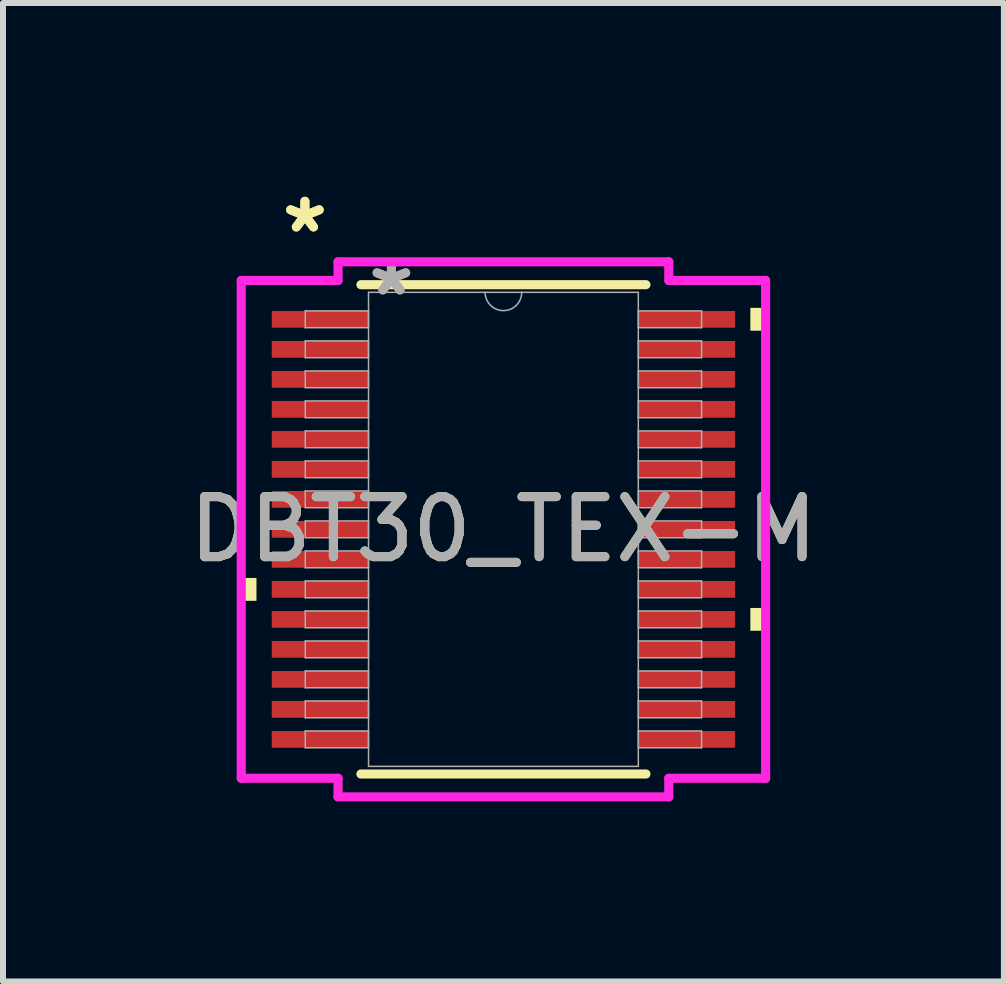
<source format=kicad_pcb>
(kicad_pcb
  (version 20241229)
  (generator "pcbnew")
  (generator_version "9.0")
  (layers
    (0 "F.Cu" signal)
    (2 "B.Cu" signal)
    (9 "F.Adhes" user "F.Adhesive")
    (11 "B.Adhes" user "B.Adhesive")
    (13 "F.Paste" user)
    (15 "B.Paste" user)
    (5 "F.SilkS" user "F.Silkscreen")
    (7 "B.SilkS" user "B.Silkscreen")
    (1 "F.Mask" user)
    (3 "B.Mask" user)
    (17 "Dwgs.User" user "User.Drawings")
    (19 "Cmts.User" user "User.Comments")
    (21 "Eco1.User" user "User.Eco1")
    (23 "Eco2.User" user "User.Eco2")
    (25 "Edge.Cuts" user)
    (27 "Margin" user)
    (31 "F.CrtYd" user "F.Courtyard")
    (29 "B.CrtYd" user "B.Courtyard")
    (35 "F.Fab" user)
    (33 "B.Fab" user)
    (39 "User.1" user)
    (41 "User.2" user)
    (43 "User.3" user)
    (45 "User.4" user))
  (footprint "DBT30_TEX-M"
    (layer "F.Cu")
    (at 5.339 5.771)
    (property "Reference" "DBT30_TEX-M" (at 0 0 0) (unlocked yes) (layer "F.SilkS") (effects (font (size 1 1) (thickness 0.15))))
    (attr smd)
    (fp_line (start -2.375 4.077) (end 2.375 4.077) (stroke (width 0.152) (type solid)) (layer "F.SilkS"))
    (fp_line (start 2.375 -4.077) (end -2.375 -4.077) (stroke (width 0.152) (type solid)) (layer "F.SilkS"))
    (fp_poly (pts (xy -4.369 0.81) (xy -4.369 1.191) (xy -4.115 1.191) (xy -4.115 0.81)) (stroke (width 0) (type solid)) (fill yes) (layer "F.SilkS"))
    (fp_poly (pts (xy 4.369 -3.691) (xy 4.369 -3.31) (xy 4.115 -3.31) (xy 4.115 -3.691)) (stroke (width 0) (type solid)) (fill yes) (layer "F.SilkS"))
    (fp_poly (pts (xy 4.369 1.31) (xy 4.369 1.69) (xy 4.115 1.69) (xy 4.115 1.31)) (stroke (width 0) (type solid)) (fill yes) (layer "F.SilkS"))
    (fp_line (start -4.369 -4.148) (end -2.756 -4.148) (stroke (width 0.152) (type solid)) (layer "F.CrtYd"))
    (fp_line (start -4.369 4.148) (end -4.369 -4.148) (stroke (width 0.152) (type solid)) (layer "F.CrtYd"))
    (fp_line (start -4.369 4.148) (end -2.756 4.148) (stroke (width 0.152) (type solid)) (layer "F.CrtYd"))
    (fp_line (start -2.756 -4.458) (end 2.756 -4.458) (stroke (width 0.152) (type solid)) (layer "F.CrtYd"))
    (fp_line (start -2.756 -4.148) (end -2.756 -4.458) (stroke (width 0.152) (type solid)) (layer "F.CrtYd"))
    (fp_line (start -2.756 4.458) (end -2.756 4.148) (stroke (width 0.152) (type solid)) (layer "F.CrtYd"))
    (fp_line (start 2.756 -4.458) (end 2.756 -4.148) (stroke (width 0.152) (type solid)) (layer "F.CrtYd"))
    (fp_line (start 2.756 4.148) (end 2.756 4.458) (stroke (width 0.152) (type solid)) (layer "F.CrtYd"))
    (fp_line (start 2.756 4.458) (end -2.756 4.458) (stroke (width 0.152) (type solid)) (layer "F.CrtYd"))
    (fp_line (start 4.369 -4.148) (end 2.756 -4.148) (stroke (width 0.152) (type solid)) (layer "F.CrtYd"))
    (fp_line (start 4.369 -4.148) (end 4.369 4.148) (stroke (width 0.152) (type solid)) (layer "F.CrtYd"))
    (fp_line (start 4.369 4.148) (end 2.756 4.148) (stroke (width 0.152) (type solid)) (layer "F.CrtYd"))
    (fp_line (start -3.302 -3.64) (end -3.302 -3.36) (stroke (width 0.025) (type solid)) (layer "F.Fab"))
    (fp_line (start -3.302 -3.36) (end -2.248 -3.36) (stroke (width 0.025) (type solid)) (layer "F.Fab"))
    (fp_line (start -3.302 -3.14) (end -3.302 -2.86) (stroke (width 0.025) (type solid)) (layer "F.Fab"))
    (fp_line (start -3.302 -2.86) (end -2.248 -2.86) (stroke (width 0.025) (type solid)) (layer "F.Fab"))
    (fp_line (start -3.302 -2.64) (end -3.302 -2.36) (stroke (width 0.025) (type solid)) (layer "F.Fab"))
    (fp_line (start -3.302 -2.36) (end -2.248 -2.36) (stroke (width 0.025) (type solid)) (layer "F.Fab"))
    (fp_line (start -3.302 -2.14) (end -3.302 -1.86) (stroke (width 0.025) (type solid)) (layer "F.Fab"))
    (fp_line (start -3.302 -1.86) (end -2.248 -1.86) (stroke (width 0.025) (type solid)) (layer "F.Fab"))
    (fp_line (start -3.302 -1.64) (end -3.302 -1.36) (stroke (width 0.025) (type solid)) (layer "F.Fab"))
    (fp_line (start -3.302 -1.36) (end -2.248 -1.36) (stroke (width 0.025) (type solid)) (layer "F.Fab"))
    (fp_line (start -3.302 -1.14) (end -3.302 -0.86) (stroke (width 0.025) (type solid)) (layer "F.Fab"))
    (fp_line (start -3.302 -0.86) (end -2.248 -0.86) (stroke (width 0.025) (type solid)) (layer "F.Fab"))
    (fp_line (start -3.302 -0.64) (end -3.302 -0.36) (stroke (width 0.025) (type solid)) (layer "F.Fab"))
    (fp_line (start -3.302 -0.36) (end -2.248 -0.36) (stroke (width 0.025) (type solid)) (layer "F.Fab"))
    (fp_line (start -3.302 -0.14) (end -3.302 0.14) (stroke (width 0.025) (type solid)) (layer "F.Fab"))
    (fp_line (start -3.302 0.14) (end -2.248 0.14) (stroke (width 0.025) (type solid)) (layer "F.Fab"))
    (fp_line (start -3.302 0.36) (end -3.302 0.64) (stroke (width 0.025) (type solid)) (layer "F.Fab"))
    (fp_line (start -3.302 0.64) (end -2.248 0.64) (stroke (width 0.025) (type solid)) (layer "F.Fab"))
    (fp_line (start -3.302 0.86) (end -3.302 1.14) (stroke (width 0.025) (type solid)) (layer "F.Fab"))
    (fp_line (start -3.302 1.14) (end -2.248 1.14) (stroke (width 0.025) (type solid)) (layer "F.Fab"))
    (fp_line (start -3.302 1.36) (end -3.302 1.64) (stroke (width 0.025) (type solid)) (layer "F.Fab"))
    (fp_line (start -3.302 1.64) (end -2.248 1.64) (stroke (width 0.025) (type solid)) (layer "F.Fab"))
    (fp_line (start -3.302 1.86) (end -3.302 2.14) (stroke (width 0.025) (type solid)) (layer "F.Fab"))
    (fp_line (start -3.302 2.14) (end -2.248 2.14) (stroke (width 0.025) (type solid)) (layer "F.Fab"))
    (fp_line (start -3.302 2.36) (end -3.302 2.64) (stroke (width 0.025) (type solid)) (layer "F.Fab"))
    (fp_line (start -3.302 2.64) (end -2.248 2.64) (stroke (width 0.025) (type solid)) (layer "F.Fab"))
    (fp_line (start -3.302 2.86) (end -3.302 3.14) (stroke (width 0.025) (type solid)) (layer "F.Fab"))
    (fp_line (start -3.302 3.14) (end -2.248 3.14) (stroke (width 0.025) (type solid)) (layer "F.Fab"))
    (fp_line (start -3.302 3.36) (end -3.302 3.64) (stroke (width 0.025) (type solid)) (layer "F.Fab"))
    (fp_line (start -3.302 3.64) (end -2.248 3.64) (stroke (width 0.025) (type solid)) (layer "F.Fab"))
    (fp_line (start -2.248 -3.95) (end -2.248 3.95) (stroke (width 0.025) (type solid)) (layer "F.Fab"))
    (fp_line (start -2.248 -3.64) (end -3.302 -3.64) (stroke (width 0.025) (type solid)) (layer "F.Fab"))
    (fp_line (start -2.248 -3.36) (end -2.248 -3.64) (stroke (width 0.025) (type solid)) (layer "F.Fab"))
    (fp_line (start -2.248 -3.14) (end -3.302 -3.14) (stroke (width 0.025) (type solid)) (layer "F.Fab"))
    (fp_line (start -2.248 -2.86) (end -2.248 -3.14) (stroke (width 0.025) (type solid)) (layer "F.Fab"))
    (fp_line (start -2.248 -2.64) (end -3.302 -2.64) (stroke (width 0.025) (type solid)) (layer "F.Fab"))
    (fp_line (start -2.248 -2.36) (end -2.248 -2.64) (stroke (width 0.025) (type solid)) (layer "F.Fab"))
    (fp_line (start -2.248 -2.14) (end -3.302 -2.14) (stroke (width 0.025) (type solid)) (layer "F.Fab"))
    (fp_line (start -2.248 -1.86) (end -2.248 -2.14) (stroke (width 0.025) (type solid)) (layer "F.Fab"))
    (fp_line (start -2.248 -1.64) (end -3.302 -1.64) (stroke (width 0.025) (type solid)) (layer "F.Fab"))
    (fp_line (start -2.248 -1.36) (end -2.248 -1.64) (stroke (width 0.025) (type solid)) (layer "F.Fab"))
    (fp_line (start -2.248 -1.14) (end -3.302 -1.14) (stroke (width 0.025) (type solid)) (layer "F.Fab"))
    (fp_line (start -2.248 -0.86) (end -2.248 -1.14) (stroke (width 0.025) (type solid)) (layer "F.Fab"))
    (fp_line (start -2.248 -0.64) (end -3.302 -0.64) (stroke (width 0.025) (type solid)) (layer "F.Fab"))
    (fp_line (start -2.248 -0.36) (end -2.248 -0.64) (stroke (width 0.025) (type solid)) (layer "F.Fab"))
    (fp_line (start -2.248 -0.14) (end -3.302 -0.14) (stroke (width 0.025) (type solid)) (layer "F.Fab"))
    (fp_line (start -2.248 0.14) (end -2.248 -0.14) (stroke (width 0.025) (type solid)) (layer "F.Fab"))
    (fp_line (start -2.248 0.36) (end -3.302 0.36) (stroke (width 0.025) (type solid)) (layer "F.Fab"))
    (fp_line (start -2.248 0.64) (end -2.248 0.36) (stroke (width 0.025) (type solid)) (layer "F.Fab"))
    (fp_line (start -2.248 0.86) (end -3.302 0.86) (stroke (width 0.025) (type solid)) (layer "F.Fab"))
    (fp_line (start -2.248 1.14) (end -2.248 0.86) (stroke (width 0.025) (type solid)) (layer "F.Fab"))
    (fp_line (start -2.248 1.36) (end -3.302 1.36) (stroke (width 0.025) (type solid)) (layer "F.Fab"))
    (fp_line (start -2.248 1.64) (end -2.248 1.36) (stroke (width 0.025) (type solid)) (layer "F.Fab"))
    (fp_line (start -2.248 1.86) (end -3.302 1.86) (stroke (width 0.025) (type solid)) (layer "F.Fab"))
    (fp_line (start -2.248 2.14) (end -2.248 1.86) (stroke (width 0.025) (type solid)) (layer "F.Fab"))
    (fp_line (start -2.248 2.36) (end -3.302 2.36) (stroke (width 0.025) (type solid)) (layer "F.Fab"))
    (fp_line (start -2.248 2.64) (end -2.248 2.36) (stroke (width 0.025) (type solid)) (layer "F.Fab"))
    (fp_line (start -2.248 2.86) (end -3.302 2.86) (stroke (width 0.025) (type solid)) (layer "F.Fab"))
    (fp_line (start -2.248 3.14) (end -2.248 2.86) (stroke (width 0.025) (type solid)) (layer "F.Fab"))
    (fp_line (start -2.248 3.36) (end -3.302 3.36) (stroke (width 0.025) (type solid)) (layer "F.Fab"))
    (fp_line (start -2.248 3.64) (end -2.248 3.36) (stroke (width 0.025) (type solid)) (layer "F.Fab"))
    (fp_line (start -2.248 3.95) (end 2.248 3.95) (stroke (width 0.025) (type solid)) (layer "F.Fab"))
    (fp_line (start 2.248 -3.95) (end -2.248 -3.95) (stroke (width 0.025) (type solid)) (layer "F.Fab"))
    (fp_line (start 2.248 -3.64) (end 2.248 -3.36) (stroke (width 0.025) (type solid)) (layer "F.Fab"))
    (fp_line (start 2.248 -3.36) (end 3.302 -3.36) (stroke (width 0.025) (type solid)) (layer "F.Fab"))
    (fp_line (start 2.248 -3.14) (end 2.248 -2.86) (stroke (width 0.025) (type solid)) (layer "F.Fab"))
    (fp_line (start 2.248 -2.86) (end 3.302 -2.86) (stroke (width 0.025) (type solid)) (layer "F.Fab"))
    (fp_line (start 2.248 -2.64) (end 2.248 -2.36) (stroke (width 0.025) (type solid)) (layer "F.Fab"))
    (fp_line (start 2.248 -2.36) (end 3.302 -2.36) (stroke (width 0.025) (type solid)) (layer "F.Fab"))
    (fp_line (start 2.248 -2.14) (end 2.248 -1.86) (stroke (width 0.025) (type solid)) (layer "F.Fab"))
    (fp_line (start 2.248 -1.86) (end 3.302 -1.86) (stroke (width 0.025) (type solid)) (layer "F.Fab"))
    (fp_line (start 2.248 -1.64) (end 2.248 -1.36) (stroke (width 0.025) (type solid)) (layer "F.Fab"))
    (fp_line (start 2.248 -1.36) (end 3.302 -1.36) (stroke (width 0.025) (type solid)) (layer "F.Fab"))
    (fp_line (start 2.248 -1.14) (end 2.248 -0.86) (stroke (width 0.025) (type solid)) (layer "F.Fab"))
    (fp_line (start 2.248 -0.86) (end 3.302 -0.86) (stroke (width 0.025) (type solid)) (layer "F.Fab"))
    (fp_line (start 2.248 -0.64) (end 2.248 -0.36) (stroke (width 0.025) (type solid)) (layer "F.Fab"))
    (fp_line (start 2.248 -0.36) (end 3.302 -0.36) (stroke (width 0.025) (type solid)) (layer "F.Fab"))
    (fp_line (start 2.248 -0.14) (end 2.248 0.14) (stroke (width 0.025) (type solid)) (layer "F.Fab"))
    (fp_line (start 2.248 0.14) (end 3.302 0.14) (stroke (width 0.025) (type solid)) (layer "F.Fab"))
    (fp_line (start 2.248 0.36) (end 2.248 0.64) (stroke (width 0.025) (type solid)) (layer "F.Fab"))
    (fp_line (start 2.248 0.64) (end 3.302 0.64) (stroke (width 0.025) (type solid)) (layer "F.Fab"))
    (fp_line (start 2.248 0.86) (end 2.248 1.14) (stroke (width 0.025) (type solid)) (layer "F.Fab"))
    (fp_line (start 2.248 1.14) (end 3.302 1.14) (stroke (width 0.025) (type solid)) (layer "F.Fab"))
    (fp_line (start 2.248 1.36) (end 2.248 1.64) (stroke (width 0.025) (type solid)) (layer "F.Fab"))
    (fp_line (start 2.248 1.64) (end 3.302 1.64) (stroke (width 0.025) (type solid)) (layer "F.Fab"))
    (fp_line (start 2.248 1.86) (end 2.248 2.14) (stroke (width 0.025) (type solid)) (layer "F.Fab"))
    (fp_line (start 2.248 2.14) (end 3.302 2.14) (stroke (width 0.025) (type solid)) (layer "F.Fab"))
    (fp_line (start 2.248 2.36) (end 2.248 2.64) (stroke (width 0.025) (type solid)) (layer "F.Fab"))
    (fp_line (start 2.248 2.64) (end 3.302 2.64) (stroke (width 0.025) (type solid)) (layer "F.Fab"))
    (fp_line (start 2.248 2.86) (end 2.248 3.14) (stroke (width 0.025) (type solid)) (layer "F.Fab"))
    (fp_line (start 2.248 3.14) (end 3.302 3.14) (stroke (width 0.025) (type solid)) (layer "F.Fab"))
    (fp_line (start 2.248 3.36) (end 2.248 3.64) (stroke (width 0.025) (type solid)) (layer "F.Fab"))
    (fp_line (start 2.248 3.64) (end 3.302 3.64) (stroke (width 0.025) (type solid)) (layer "F.Fab"))
    (fp_line (start 2.248 3.95) (end 2.248 -3.95) (stroke (width 0.025) (type solid)) (layer "F.Fab"))
    (fp_line (start 3.302 -3.64) (end 2.248 -3.64) (stroke (width 0.025) (type solid)) (layer "F.Fab"))
    (fp_line (start 3.302 -3.36) (end 3.302 -3.64) (stroke (width 0.025) (type solid)) (layer "F.Fab"))
    (fp_line (start 3.302 -3.14) (end 2.248 -3.14) (stroke (width 0.025) (type solid)) (layer "F.Fab"))
    (fp_line (start 3.302 -2.86) (end 3.302 -3.14) (stroke (width 0.025) (type solid)) (layer "F.Fab"))
    (fp_line (start 3.302 -2.64) (end 2.248 -2.64) (stroke (width 0.025) (type solid)) (layer "F.Fab"))
    (fp_line (start 3.302 -2.36) (end 3.302 -2.64) (stroke (width 0.025) (type solid)) (layer "F.Fab"))
    (fp_line (start 3.302 -2.14) (end 2.248 -2.14) (stroke (width 0.025) (type solid)) (layer "F.Fab"))
    (fp_line (start 3.302 -1.86) (end 3.302 -2.14) (stroke (width 0.025) (type solid)) (layer "F.Fab"))
    (fp_line (start 3.302 -1.64) (end 2.248 -1.64) (stroke (width 0.025) (type solid)) (layer "F.Fab"))
    (fp_line (start 3.302 -1.36) (end 3.302 -1.64) (stroke (width 0.025) (type solid)) (layer "F.Fab"))
    (fp_line (start 3.302 -1.14) (end 2.248 -1.14) (stroke (width 0.025) (type solid)) (layer "F.Fab"))
    (fp_line (start 3.302 -0.86) (end 3.302 -1.14) (stroke (width 0.025) (type solid)) (layer "F.Fab"))
    (fp_line (start 3.302 -0.64) (end 2.248 -0.64) (stroke (width 0.025) (type solid)) (layer "F.Fab"))
    (fp_line (start 3.302 -0.36) (end 3.302 -0.64) (stroke (width 0.025) (type solid)) (layer "F.Fab"))
    (fp_line (start 3.302 -0.14) (end 2.248 -0.14) (stroke (width 0.025) (type solid)) (layer "F.Fab"))
    (fp_line (start 3.302 0.14) (end 3.302 -0.14) (stroke (width 0.025) (type solid)) (layer "F.Fab"))
    (fp_line (start 3.302 0.36) (end 2.248 0.36) (stroke (width 0.025) (type solid)) (layer "F.Fab"))
    (fp_line (start 3.302 0.64) (end 3.302 0.36) (stroke (width 0.025) (type solid)) (layer "F.Fab"))
    (fp_line (start 3.302 0.86) (end 2.248 0.86) (stroke (width 0.025) (type solid)) (layer "F.Fab"))
    (fp_line (start 3.302 1.14) (end 3.302 0.86) (stroke (width 0.025) (type solid)) (layer "F.Fab"))
    (fp_line (start 3.302 1.36) (end 2.248 1.36) (stroke (width 0.025) (type solid)) (layer "F.Fab"))
    (fp_line (start 3.302 1.64) (end 3.302 1.36) (stroke (width 0.025) (type solid)) (layer "F.Fab"))
    (fp_line (start 3.302 1.86) (end 2.248 1.86) (stroke (width 0.025) (type solid)) (layer "F.Fab"))
    (fp_line (start 3.302 2.14) (end 3.302 1.86) (stroke (width 0.025) (type solid)) (layer "F.Fab"))
    (fp_line (start 3.302 2.36) (end 2.248 2.36) (stroke (width 0.025) (type solid)) (layer "F.Fab"))
    (fp_line (start 3.302 2.64) (end 3.302 2.36) (stroke (width 0.025) (type solid)) (layer "F.Fab"))
    (fp_line (start 3.302 2.86) (end 2.248 2.86) (stroke (width 0.025) (type solid)) (layer "F.Fab"))
    (fp_line (start 3.302 3.14) (end 3.302 2.86) (stroke (width 0.025) (type solid)) (layer "F.Fab"))
    (fp_line (start 3.302 3.36) (end 2.248 3.36) (stroke (width 0.025) (type solid)) (layer "F.Fab"))
    (fp_line (start 3.302 3.64) (end 3.302 3.36) (stroke (width 0.025) (type solid)) (layer "F.Fab"))
    (fp_arc (start 0.3048 -3.9497) (mid 0 -3.6449) (end -0.3048 -3.9497) (stroke (width 0.0254) (type solid)) (layer "F.Fab"))
    (fp_text user "*" (at -3.308 -4.922 0) (unlocked yes) (layer "F.SilkS") (effects (font (size 1 1) (thickness 0.15))))
    (fp_text user "*" (at -3.308 -4.922 0) (layer "F.SilkS") (effects (font (size 1 1) (thickness 0.15))))
    (fp_text user "*" (at -1.867 -3.873 0) (unlocked yes) (layer "F.Fab") (effects (font (size 1 1) (thickness 0.15))))
    (fp_text user "${REFERENCE}" (at 0 0 0) (unlocked yes) (layer "F.Fab") (effects (font (size 1 1) (thickness 0.15))))
    (fp_text user "*" (at -1.867 -3.873 0) (layer "F.Fab") (effects (font (size 1 1) (thickness 0.15))))
    (pad "1" smd rect (at -3.054 -3.5) (size 1.613 0.279) (layers "F.Cu" "F.Mask" "F.Paste"))
    (pad "2" smd rect (at -3.054 -3) (size 1.613 0.279) (layers "F.Cu" "F.Mask" "F.Paste"))
    (pad "3" smd rect (at -3.054 -2.5) (size 1.613 0.279) (layers "F.Cu" "F.Mask" "F.Paste"))
    (pad "4" smd rect (at -3.054 -2) (size 1.613 0.279) (layers "F.Cu" "F.Mask" "F.Paste"))
    (pad "5" smd rect (at -3.054 -1.5) (size 1.613 0.279) (layers "F.Cu" "F.Mask" "F.Paste"))
    (pad "6" smd rect (at -3.054 -1) (size 1.613 0.279) (layers "F.Cu" "F.Mask" "F.Paste"))
    (pad "7" smd rect (at -3.054 -0.5) (size 1.613 0.279) (layers "F.Cu" "F.Mask" "F.Paste"))
    (pad "8" smd rect (at -3.054 0) (size 1.613 0.279) (layers "F.Cu" "F.Mask" "F.Paste"))
    (pad "9" smd rect (at -3.054 0.5) (size 1.613 0.279) (layers "F.Cu" "F.Mask" "F.Paste"))
    (pad "10" smd rect (at -3.054 1) (size 1.613 0.279) (layers "F.Cu" "F.Mask" "F.Paste"))
    (pad "11" smd rect (at -3.054 1.5) (size 1.613 0.279) (layers "F.Cu" "F.Mask" "F.Paste"))
    (pad "12" smd rect (at -3.054 2) (size 1.613 0.279) (layers "F.Cu" "F.Mask" "F.Paste"))
    (pad "13" smd rect (at -3.054 2.5) (size 1.613 0.279) (layers "F.Cu" "F.Mask" "F.Paste"))
    (pad "14" smd rect (at -3.054 3) (size 1.613 0.279) (layers "F.Cu" "F.Mask" "F.Paste"))
    (pad "15" smd rect (at -3.054 3.5) (size 1.613 0.279) (layers "F.Cu" "F.Mask" "F.Paste"))
    (pad "16" smd rect (at 3.054 3.5) (size 1.613 0.279) (layers "F.Cu" "F.Mask" "F.Paste"))
    (pad "17" smd rect (at 3.054 3) (size 1.613 0.279) (layers "F.Cu" "F.Mask" "F.Paste"))
    (pad "18" smd rect (at 3.054 2.5) (size 1.613 0.279) (layers "F.Cu" "F.Mask" "F.Paste"))
    (pad "19" smd rect (at 3.054 2) (size 1.613 0.279) (layers "F.Cu" "F.Mask" "F.Paste"))
    (pad "20" smd rect (at 3.054 1.5) (size 1.613 0.279) (layers "F.Cu" "F.Mask" "F.Paste"))
    (pad "21" smd rect (at 3.054 1) (size 1.613 0.279) (layers "F.Cu" "F.Mask" "F.Paste"))
    (pad "22" smd rect (at 3.054 0.5) (size 1.613 0.279) (layers "F.Cu" "F.Mask" "F.Paste"))
    (pad "23" smd rect (at 3.054 0) (size 1.613 0.279) (layers "F.Cu" "F.Mask" "F.Paste"))
    (pad "24" smd rect (at 3.054 -0.5) (size 1.613 0.279) (layers "F.Cu" "F.Mask" "F.Paste"))
    (pad "25" smd rect (at 3.054 -1) (size 1.613 0.279) (layers "F.Cu" "F.Mask" "F.Paste"))
    (pad "26" smd rect (at 3.054 -1.5) (size 1.613 0.279) (layers "F.Cu" "F.Mask" "F.Paste"))
    (pad "27" smd rect (at 3.054 -2) (size 1.613 0.279) (layers "F.Cu" "F.Mask" "F.Paste"))
    (pad "28" smd rect (at 3.054 -2.5) (size 1.613 0.279) (layers "F.Cu" "F.Mask" "F.Paste"))
    (pad "29" smd rect (at 3.054 -3) (size 1.613 0.279) (layers "F.Cu" "F.Mask" "F.Paste"))
    (pad "30" smd rect (at 3.054 -3.5) (size 1.613 0.279) (layers "F.Cu" "F.Mask" "F.Paste")))
  (gr_rect
    (start -3 -3)
    (end 13.679 13.305)
    (stroke (width 0.1) (type default))
    (fill no)
    (layer "Edge.Cuts")))
</source>
